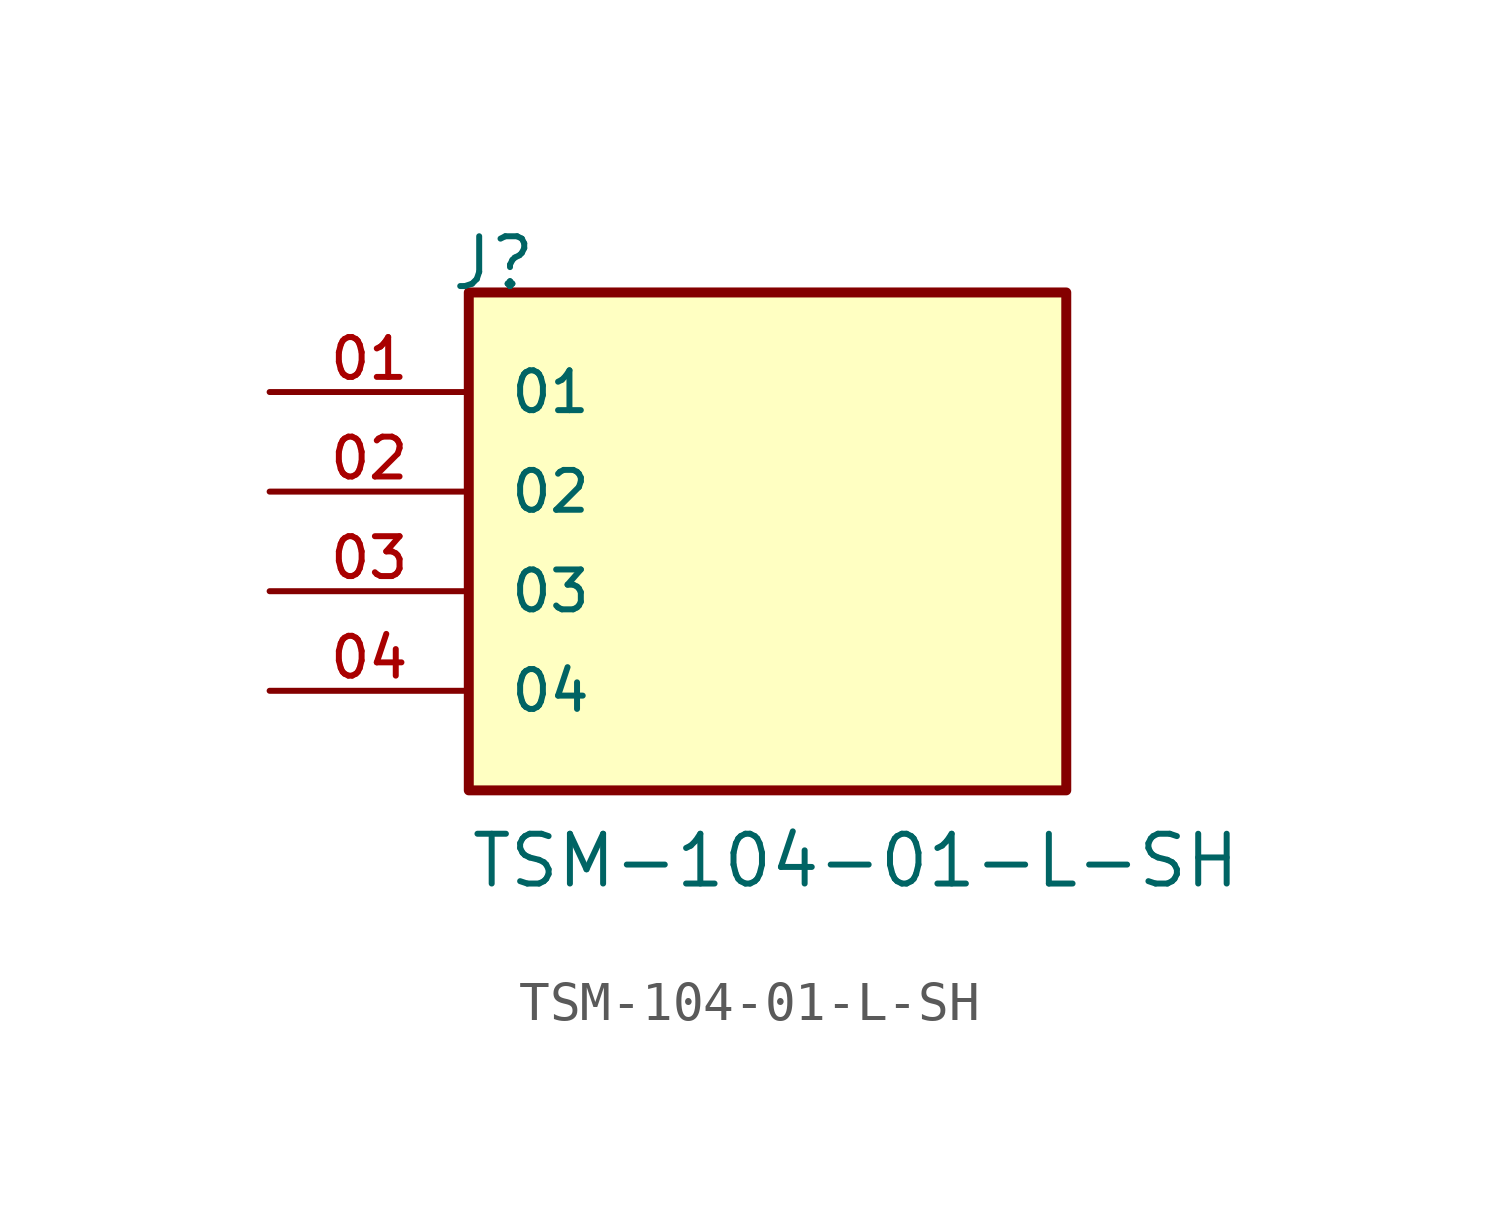
<source format=kicad_sym>
(kicad_symbol_lib
  (version 20211014)
  (generator kicad_symbol_editor)
  (symbol "TSM-104-01-L-SH"
    (pin_names
      (offset 1.016))
    (property "Reference" "J"
      (at -8.12 7.62 0)
      (effects (font (size 1.27 1.27)) (justify bottom left)))
    (property "Value" "TSM-104-01-L-SH"
      (at -7.62 -7.62 0)
      (effects (font (size 1.27 1.27)) (justify bottom left)))
    (symbol "TSM-104-01-L-SH_0_0"
      (rectangle (start -7.62 -5.08) (end 7.62 7.62) (stroke (width 0.254)) (fill (type background)))
      (pin passive line (at -12.7 5.08 0) (length 5.08) (name "01" (effects (font (size 1.016 1.016)))) (number "01" (effects (font (size 1.016 1.016)))))
      (pin passive line (at -12.7 2.54 0) (length 5.08) (name "02" (effects (font (size 1.016 1.016)))) (number "02" (effects (font (size 1.016 1.016)))))
      (pin passive line (at -12.7 0.0 0) (length 5.08) (name "03" (effects (font (size 1.016 1.016)))) (number "03" (effects (font (size 1.016 1.016)))))
      (pin passive line (at -12.7 -2.54 0) (length 5.08) (name "04" (effects (font (size 1.016 1.016)))) (number "04" (effects (font (size 1.016 1.016))))))))
</source>
